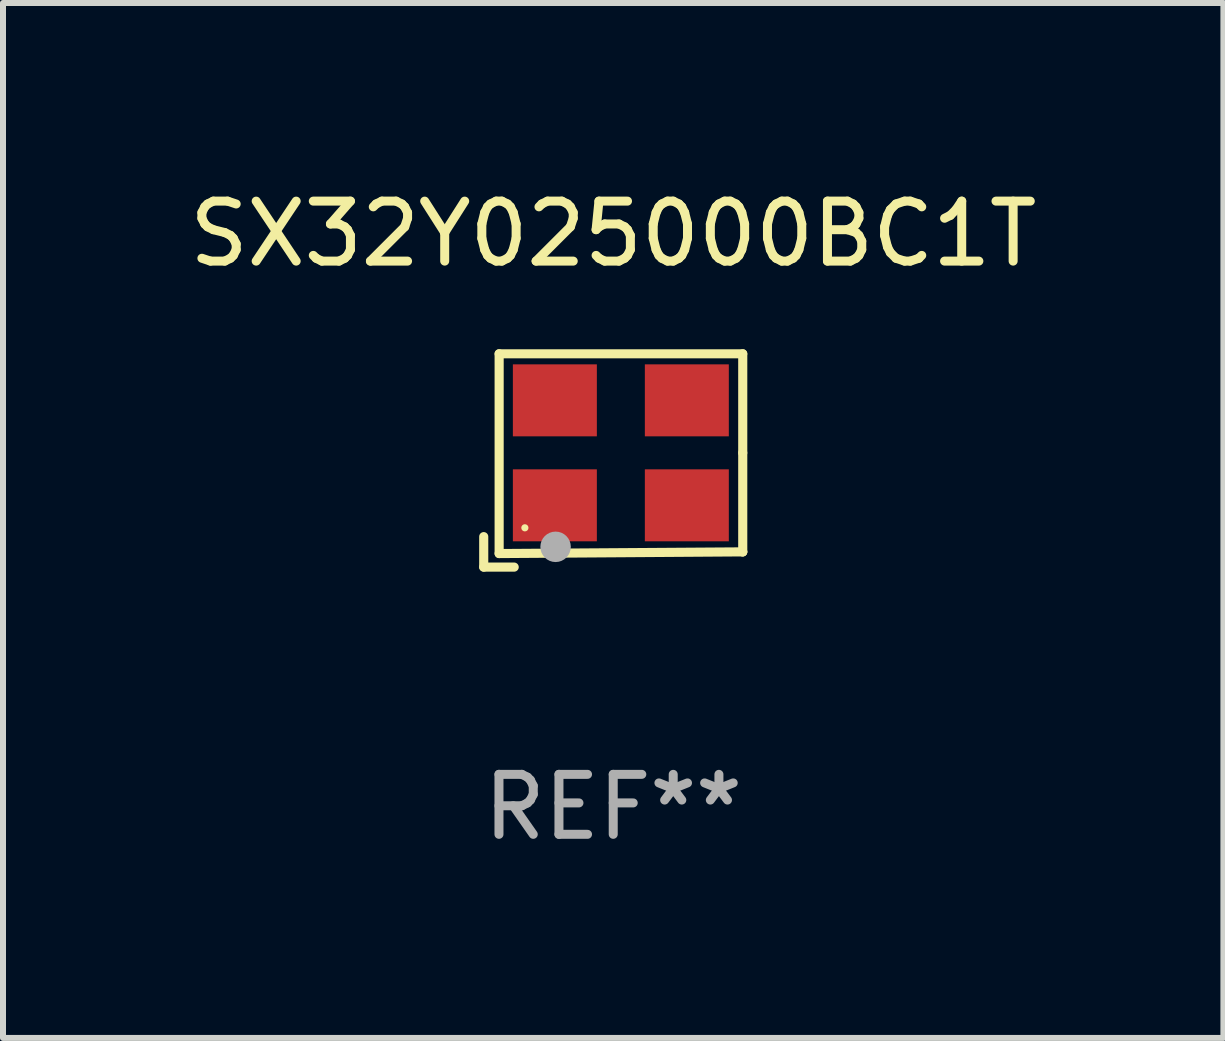
<source format=kicad_pcb>
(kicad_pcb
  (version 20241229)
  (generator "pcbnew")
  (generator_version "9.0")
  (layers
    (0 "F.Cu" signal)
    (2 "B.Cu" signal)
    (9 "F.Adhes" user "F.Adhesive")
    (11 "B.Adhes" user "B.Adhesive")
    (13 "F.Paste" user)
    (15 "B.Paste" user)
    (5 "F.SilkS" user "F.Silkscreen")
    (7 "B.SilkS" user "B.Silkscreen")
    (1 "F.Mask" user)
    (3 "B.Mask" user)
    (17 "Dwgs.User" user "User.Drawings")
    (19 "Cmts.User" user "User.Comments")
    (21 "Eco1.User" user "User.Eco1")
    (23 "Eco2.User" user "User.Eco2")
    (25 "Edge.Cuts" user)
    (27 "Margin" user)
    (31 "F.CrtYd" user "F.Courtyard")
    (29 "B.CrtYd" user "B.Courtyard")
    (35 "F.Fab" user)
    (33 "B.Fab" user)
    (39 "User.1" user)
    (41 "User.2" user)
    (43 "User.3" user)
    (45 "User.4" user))
  (footprint "SX32Y025000BC1T"
    (layer "F.Cu")
    (at 7.173 4.626)
    (property "Reference" "SX32Y025000BC1T" (at 0 -3.778 0) (layer "F.SilkS") (effects (font (size 1 1) (thickness 0.15))))
    (attr through_hole)
    (fp_line (start -2.159 1.27) (end -2.159 1.778) (stroke (width 0.152) (type solid)) (layer "F.SilkS"))
    (fp_line (start -2.159 1.778) (end -1.651 1.778) (stroke (width 0.152) (type solid)) (layer "F.SilkS"))
    (fp_line (start -1.902 -1.778) (end 2.159 -1.778) (stroke (width 0.152) (type solid)) (layer "F.SilkS"))
    (fp_line (start -1.902 1.552) (end -1.902 -1.778) (stroke (width 0.152) (type solid)) (layer "F.SilkS"))
    (fp_line (start 2.159 -1.778) (end 2.159 -0.127) (stroke (width 0.152) (type solid)) (layer "F.SilkS"))
    (fp_line (start 2.159 -0.127) (end 2.159 1.524) (stroke (width 0.152) (type solid)) (layer "F.SilkS"))
    (fp_line (start 2.159 1.524) (end -1.902 1.552) (stroke (width 0.152) (type solid)) (layer "F.SilkS"))
    (fp_line (start 2.159 1.524) (end 2.159 1.524) (stroke (width 0.152) (type solid)) (layer "F.SilkS"))
    (fp_circle (center -1.473 1.123) (end -1.443 1.123) (stroke (width 0.06) (type solid)) (fill no) (layer "F.SilkS"))
    (fp_circle (center -0.961 1.44) (end -0.834 1.44) (stroke (width 0.254) (type solid)) (fill no) (layer "F.Fab"))
    (fp_text user "REF**" (at 0 5.778 0) (layer "F.Fab") (effects (font (size 1 1) (thickness 0.15))))
    (pad "1" smd rect (at -0.973 0.748) (size 1.4 1.2) (layers "F.Cu" "F.Mask" "F.Paste"))
    (pad "2" smd rect (at 1.227 0.748) (size 1.4 1.2) (layers "F.Cu" "F.Mask" "F.Paste"))
    (pad "3" smd rect (at 1.227 -1.002) (size 1.4 1.2) (layers "F.Cu" "F.Mask" "F.Paste"))
    (pad "4" smd rect (at -0.973 -1.002) (size 1.4 1.2) (layers "F.Cu" "F.Mask" "F.Paste")))
  (gr_rect
    (start -3 -3)
    (end 17.345 14.253)
    (stroke (width 0.1) (type default))
    (fill no)
    (layer "Edge.Cuts")))
</source>
